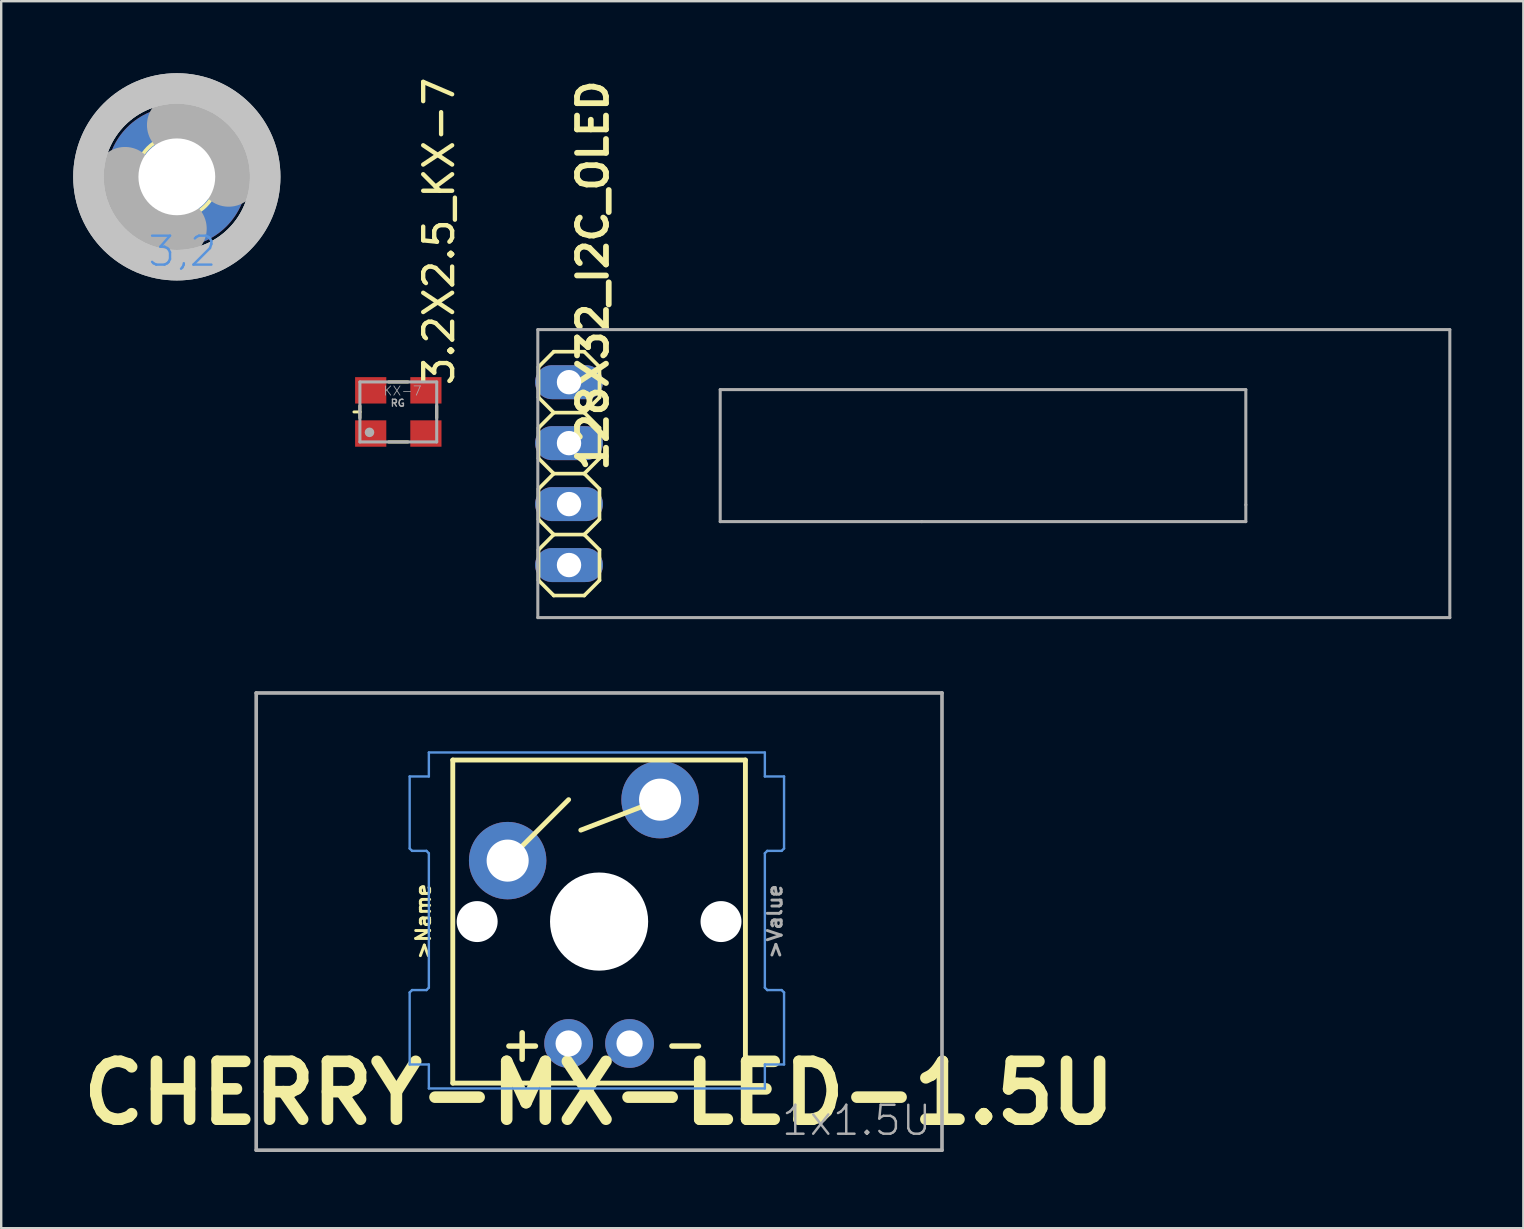
<source format=kicad_pcb>
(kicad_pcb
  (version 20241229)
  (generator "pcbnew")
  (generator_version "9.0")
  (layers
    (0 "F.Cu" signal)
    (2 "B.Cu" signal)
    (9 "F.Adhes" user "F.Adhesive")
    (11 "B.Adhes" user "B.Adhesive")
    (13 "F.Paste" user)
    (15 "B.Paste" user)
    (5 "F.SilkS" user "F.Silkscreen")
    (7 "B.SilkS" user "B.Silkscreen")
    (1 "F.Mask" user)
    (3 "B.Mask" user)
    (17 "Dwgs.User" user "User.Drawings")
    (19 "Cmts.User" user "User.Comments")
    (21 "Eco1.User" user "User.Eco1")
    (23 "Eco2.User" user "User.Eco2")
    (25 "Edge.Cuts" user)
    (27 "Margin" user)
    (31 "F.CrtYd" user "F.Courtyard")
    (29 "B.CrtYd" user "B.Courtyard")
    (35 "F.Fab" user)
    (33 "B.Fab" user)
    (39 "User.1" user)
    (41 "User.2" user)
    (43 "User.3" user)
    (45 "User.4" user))
  (footprint "CHERRY-MX-LED-1.5U"
    (layer "F.Cu")
    (at 7.625 44.874)
    (property "Reference" "CHERRY-MX-LED-1.5U" (at 14.287 -2.381 0) (layer "F.SilkS") (effects (font (size 2.413 2.413) (thickness 0.483))))
    (attr through_hole)
    (fp_line (start 8.191 -16.256) (end 20.384 -16.256) (stroke (width 0.203) (type solid)) (layer "F.SilkS"))
    (fp_line (start 8.191 -2.794) (end 8.191 -16.256) (stroke (width 0.203) (type solid)) (layer "F.SilkS"))
    (fp_line (start 10.477 -12.065) (end 13.018 -14.605) (stroke (width 0.203) (type solid)) (layer "F.SilkS"))
    (fp_line (start 16.828 -14.605) (end 13.525 -13.335) (stroke (width 0.203) (type solid)) (layer "F.SilkS"))
    (fp_line (start 20.384 -16.256) (end 20.384 -2.794) (stroke (width 0.203) (type solid)) (layer "F.SilkS"))
    (fp_line (start 20.384 -2.794) (end 8.191 -2.794) (stroke (width 0.203) (type solid)) (layer "F.SilkS"))
    (fp_line (start 6.394 -15.571) (end 6.394 -12.571) (stroke (width 0.1) (type solid)) (layer "Cmts.User"))
    (fp_line (start 6.394 -12.571) (end 6.494 -12.471) (stroke (width 0.1) (type solid)) (layer "Cmts.User"))
    (fp_line (start 6.394 -6.571) (end 6.394 -3.571) (stroke (width 0.1) (type solid)) (layer "Cmts.User"))
    (fp_line (start 6.394 -3.571) (end 7.194 -3.571) (stroke (width 0.1) (type solid)) (layer "Cmts.User"))
    (fp_line (start 6.494 -12.471) (end 7.094 -12.471) (stroke (width 0.1) (type solid)) (layer "Cmts.User"))
    (fp_line (start 6.494 -6.671) (end 6.394 -6.571) (stroke (width 0.1) (type solid)) (layer "Cmts.User"))
    (fp_line (start 7.094 -12.471) (end 7.194 -12.371) (stroke (width 0.1) (type solid)) (layer "Cmts.User"))
    (fp_line (start 7.094 -6.671) (end 6.494 -6.671) (stroke (width 0.1) (type solid)) (layer "Cmts.User"))
    (fp_line (start 7.194 -16.571) (end 7.194 -15.571) (stroke (width 0.1) (type solid)) (layer "Cmts.User"))
    (fp_line (start 7.194 -15.571) (end 6.394 -15.571) (stroke (width 0.1) (type solid)) (layer "Cmts.User"))
    (fp_line (start 7.194 -12.371) (end 7.194 -6.771) (stroke (width 0.1) (type solid)) (layer "Cmts.User"))
    (fp_line (start 7.194 -6.771) (end 7.094 -6.671) (stroke (width 0.1) (type solid)) (layer "Cmts.User"))
    (fp_line (start 7.194 -3.571) (end 7.194 -2.571) (stroke (width 0.1) (type solid)) (layer "Cmts.User"))
    (fp_line (start 7.194 -2.571) (end 21.194 -2.571) (stroke (width 0.1) (type solid)) (layer "Cmts.User"))
    (fp_line (start 21.194 -16.571) (end 7.194 -16.571) (stroke (width 0.1) (type solid)) (layer "Cmts.User"))
    (fp_line (start 21.194 -15.571) (end 21.194 -16.571) (stroke (width 0.1) (type solid)) (layer "Cmts.User"))
    (fp_line (start 21.194 -12.371) (end 21.294 -12.471) (stroke (width 0.1) (type solid)) (layer "Cmts.User"))
    (fp_line (start 21.194 -6.771) (end 21.194 -12.371) (stroke (width 0.1) (type solid)) (layer "Cmts.User"))
    (fp_line (start 21.194 -3.571) (end 21.994 -3.571) (stroke (width 0.1) (type solid)) (layer "Cmts.User"))
    (fp_line (start 21.194 -2.571) (end 21.194 -3.571) (stroke (width 0.1) (type solid)) (layer "Cmts.User"))
    (fp_line (start 21.294 -12.471) (end 21.894 -12.471) (stroke (width 0.1) (type solid)) (layer "Cmts.User"))
    (fp_line (start 21.294 -6.671) (end 21.194 -6.771) (stroke (width 0.1) (type solid)) (layer "Cmts.User"))
    (fp_line (start 21.894 -12.471) (end 21.994 -12.571) (stroke (width 0.1) (type solid)) (layer "Cmts.User"))
    (fp_line (start 21.894 -6.671) (end 21.294 -6.671) (stroke (width 0.1) (type solid)) (layer "Cmts.User"))
    (fp_line (start 21.994 -15.571) (end 21.194 -15.571) (stroke (width 0.1) (type solid)) (layer "Cmts.User"))
    (fp_line (start 21.994 -12.571) (end 21.994 -15.571) (stroke (width 0.1) (type solid)) (layer "Cmts.User"))
    (fp_line (start 21.994 -6.571) (end 21.894 -6.671) (stroke (width 0.1) (type solid)) (layer "Cmts.User"))
    (fp_line (start 21.994 -3.571) (end 21.994 -6.571) (stroke (width 0.1) (type solid)) (layer "Cmts.User"))
    (fp_line (start 0 -19.05) (end 28.575 -19.05) (stroke (width 0.152) (type solid)) (layer "F.Fab"))
    (fp_line (start 0 0) (end 0 -19.05) (stroke (width 0.152) (type solid)) (layer "F.Fab"))
    (fp_line (start 28.575 -19.05) (end 28.575 0) (stroke (width 0.152) (type solid)) (layer "F.Fab"))
    (fp_line (start 28.575 0) (end 0 0) (stroke (width 0.152) (type solid)) (layer "F.Fab"))
    (fp_text user "+" (at 12.129 -4.445 0) (layer "F.SilkS") (effects (font (size 1.448 1.448) (thickness 0.229)) (justify right)))
    (fp_text user ">Name" (at 7.303 -9.525 90) (layer "F.SilkS") (effects (font (size 0.579 0.579) (thickness 0.122)) (justify bottom)))
    (fp_text user "-" (at 16.828 -4.445 0) (layer "F.SilkS") (effects (font (size 1.448 1.448) (thickness 0.229)) (justify left)))
    (fp_text user "1x1.5U" (at 21.819 -0.533 0) (layer "F.Fab") (effects (font (size 1.206 1.206) (thickness 0.102)) (justify left bottom)))
    (fp_text user ">Value" (at 21.273 -9.525 90) (layer "F.Fab") (effects (font (size 0.579 0.579) (thickness 0.122)) (justify top)))
    (pad "" np_thru_hole circle (at 9.207 -9.525) (size 1.707 1.707) (drill 1.707) (layers "*.Cu" "*.Mask"))
    (pad "" np_thru_hole circle (at 14.287 -9.525) (size 4.089 4.089) (drill 4.089) (layers "*.Cu" "*.Mask"))
    (pad "" np_thru_hole circle (at 19.367 -9.525) (size 1.707 1.707) (drill 1.707) (layers "*.Cu" "*.Mask"))
    (pad "A" thru_hole circle (at 13.018 -4.445) (size 2.032 2.032) (drill 1.092) (layers "*.Cu" "*.Mask"))
    (pad "K" thru_hole circle (at 15.557 -4.445) (size 2.032 2.032) (drill 1.092) (layers "*.Cu" "*.Mask"))
    (pad "S1" thru_hole circle (at 10.477 -12.065) (size 3.226 3.226) (drill 1.753) (layers "*.Cu" "*.Mask"))
    (pad "S2" thru_hole circle (at 16.828 -14.605) (size 3.226 3.226) (drill 1.753) (layers "*.Cu" "*.Mask")))
  (footprint "128X32_I2C_OLED"
    (layer "F.Cu")
    (at 20.659 16.684)
    (property "Reference" "128X32_I2C_OLED" (at 1.7 0 90) (layer "F.SilkS") (effects (font (size 1.206 1.206) (thickness 0.241)) (justify left bottom)))
    (attr through_hole)
    (fp_line (start -1.27 -4.445) (end -0.635 -5.08) (stroke (width 0.152) (type solid)) (layer "F.SilkS"))
    (fp_line (start -1.27 -3.175) (end -1.27 -4.445) (stroke (width 0.152) (type solid)) (layer "F.SilkS"))
    (fp_line (start -1.27 -3.175) (end -0.635 -2.54) (stroke (width 0.152) (type solid)) (layer "F.SilkS"))
    (fp_line (start -1.27 -1.905) (end -0.635 -2.54) (stroke (width 0.152) (type solid)) (layer "F.SilkS"))
    (fp_line (start -1.27 -0.635) (end -1.27 -1.905) (stroke (width 0.152) (type solid)) (layer "F.SilkS"))
    (fp_line (start -1.27 0.635) (end -0.635 0) (stroke (width 0.152) (type solid)) (layer "F.SilkS"))
    (fp_line (start -1.27 1.905) (end -1.27 0.635) (stroke (width 0.152) (type solid)) (layer "F.SilkS"))
    (fp_line (start -1.27 3.175) (end -0.635 2.54) (stroke (width 0.152) (type solid)) (layer "F.SilkS"))
    (fp_line (start -1.27 4.445) (end -1.27 3.175) (stroke (width 0.152) (type solid)) (layer "F.SilkS"))
    (fp_line (start -1.27 4.445) (end -0.635 5.08) (stroke (width 0.152) (type solid)) (layer "F.SilkS"))
    (fp_line (start -0.635 -5.08) (end 0.635 -5.08) (stroke (width 0.152) (type solid)) (layer "F.SilkS"))
    (fp_line (start -0.635 -2.54) (end 0.635 -2.54) (stroke (width 0.152) (type solid)) (layer "F.SilkS"))
    (fp_line (start -0.635 0) (end -1.27 -0.635) (stroke (width 0.152) (type solid)) (layer "F.SilkS"))
    (fp_line (start -0.635 0) (end 0.635 0) (stroke (width 0.152) (type solid)) (layer "F.SilkS"))
    (fp_line (start -0.635 2.54) (end -1.27 1.905) (stroke (width 0.152) (type solid)) (layer "F.SilkS"))
    (fp_line (start -0.635 2.54) (end 0.635 2.54) (stroke (width 0.152) (type solid)) (layer "F.SilkS"))
    (fp_line (start -0.635 5.08) (end 0.635 5.08) (stroke (width 0.152) (type solid)) (layer "F.SilkS"))
    (fp_line (start 0.635 -5.08) (end 1.27 -4.445) (stroke (width 0.152) (type solid)) (layer "F.SilkS"))
    (fp_line (start 0.635 -2.54) (end 1.27 -3.175) (stroke (width 0.152) (type solid)) (layer "F.SilkS"))
    (fp_line (start 0.635 -2.54) (end 1.27 -1.905) (stroke (width 0.152) (type solid)) (layer "F.SilkS"))
    (fp_line (start 0.635 0) (end 1.27 0.635) (stroke (width 0.152) (type solid)) (layer "F.SilkS"))
    (fp_line (start 0.635 2.54) (end 1.27 3.175) (stroke (width 0.152) (type solid)) (layer "F.SilkS"))
    (fp_line (start 0.635 5.08) (end 1.27 4.445) (stroke (width 0.152) (type solid)) (layer "F.SilkS"))
    (fp_line (start 1.27 -4.445) (end 1.27 -3.175) (stroke (width 0.152) (type solid)) (layer "F.SilkS"))
    (fp_line (start 1.27 -1.905) (end 1.27 -0.635) (stroke (width 0.152) (type solid)) (layer "F.SilkS"))
    (fp_line (start 1.27 -0.635) (end 0.635 0) (stroke (width 0.152) (type solid)) (layer "F.SilkS"))
    (fp_line (start 1.27 0.635) (end 1.27 1.905) (stroke (width 0.152) (type solid)) (layer "F.SilkS"))
    (fp_line (start 1.27 1.905) (end 0.635 2.54) (stroke (width 0.152) (type solid)) (layer "F.SilkS"))
    (fp_line (start 1.27 3.175) (end 1.27 4.445) (stroke (width 0.152) (type solid)) (layer "F.SilkS"))
    (fp_line (start -1.3 -6) (end 36.7 -6) (stroke (width 0.127) (type solid)) (layer "F.Fab"))
    (fp_line (start -1.3 6) (end -1.3 -6) (stroke (width 0.127) (type solid)) (layer "F.Fab"))
    (fp_line (start 6.3 -3.5) (end 6.3 2) (stroke (width 0.127) (type solid)) (layer "F.Fab"))
    (fp_line (start 6.3 2) (end 14.7 2) (stroke (width 0.127) (type solid)) (layer "F.Fab"))
    (fp_line (start 14.7 2) (end 28.2 2) (stroke (width 0.127) (type solid)) (layer "F.Fab"))
    (fp_line (start 28.2 -3.5) (end 6.3 -3.5) (stroke (width 0.127) (type solid)) (layer "F.Fab"))
    (fp_line (start 28.2 1.3) (end 28.2 -3.5) (stroke (width 0.127) (type solid)) (layer "F.Fab"))
    (fp_line (start 28.2 2) (end 28.2 1.3) (stroke (width 0.127) (type solid)) (layer "F.Fab"))
    (fp_line (start 36.7 -6) (end 36.7 6) (stroke (width 0.127) (type solid)) (layer "F.Fab"))
    (fp_line (start 36.7 6) (end -1.3 6) (stroke (width 0.127) (type solid)) (layer "F.Fab"))
    (fp_poly (pts (xy 0.254 -3.556) (xy 0.254 -4.064) (xy -0.254 -4.064) (xy -0.254 -3.556)) (stroke (width 0.1) (type solid)) (fill no) (layer "F.Fab"))
    (fp_poly (pts (xy 0.254 -1.016) (xy 0.254 -1.524) (xy -0.254 -1.524) (xy -0.254 -1.016)) (stroke (width 0.1) (type solid)) (fill no) (layer "F.Fab"))
    (fp_poly (pts (xy 0.254 1.524) (xy 0.254 1.016) (xy -0.254 1.016) (xy -0.254 1.524)) (stroke (width 0.1) (type solid)) (fill no) (layer "F.Fab"))
    (fp_poly (pts (xy 0.254 4.064) (xy 0.254 3.556) (xy -0.254 3.556) (xy -0.254 4.064)) (stroke (width 0.1) (type solid)) (fill no) (layer "F.Fab"))
    (pad "1" thru_hole oval (at 0 3.81 180) (size 2.832 1.416) (drill 1.016) (layers "*.Cu" "*.Mask"))
    (pad "2" thru_hole oval (at 0 1.27 180) (size 2.832 1.416) (drill 1.016) (layers "*.Cu" "*.Mask"))
    (pad "3" thru_hole oval (at 0 -1.27 180) (size 2.832 1.416) (drill 1.016) (layers "*.Cu" "*.Mask"))
    (pad "4" thru_hole oval (at 0 -3.81 180) (size 2.832 1.416) (drill 1.016) (layers "*.Cu" "*.Mask")))
  (footprint "3.2X2.5_KX-7"
    (layer "F.Cu")
    (at 13.546 14.114)
    (property "Reference" "3.2X2.5_KX-7" (at 2.4 -1 270) (layer "F.SilkS") (effects (font (size 1.206 1.206) (thickness 0.181)) (justify left bottom)))
    (attr through_hole)
    (fp_line (start -1.85 0) (end -1.6 0) (stroke (width 0.12) (type solid)) (layer "F.SilkS"))
    (fp_line (start -1.6 0) (end -1.6 -0.25) (stroke (width 0.127) (type solid)) (layer "F.SilkS"))
    (fp_line (start -1.6 0) (end -1.6 0.25) (stroke (width 0.127) (type solid)) (layer "F.SilkS"))
    (fp_line (start -0.4 -1.25) (end 0.4 -1.25) (stroke (width 0.127) (type solid)) (layer "F.SilkS"))
    (fp_line (start -0.4 1.25) (end 0.4 1.25) (stroke (width 0.127) (type solid)) (layer "F.SilkS"))
    (fp_line (start 1.6 -0.25) (end 1.6 0.25) (stroke (width 0.127) (type solid)) (layer "F.SilkS"))
    (fp_line (start -1.6 -1.25) (end 1.6 -1.25) (stroke (width 0.127) (type solid)) (layer "F.Fab"))
    (fp_line (start -1.6 1.25) (end -1.6 -1.25) (stroke (width 0.127) (type solid)) (layer "F.Fab"))
    (fp_line (start 1.6 -1.25) (end 1.6 1.25) (stroke (width 0.127) (type solid)) (layer "F.Fab"))
    (fp_line (start 1.6 1.25) (end -1.6 1.25) (stroke (width 0.127) (type solid)) (layer "F.Fab"))
    (fp_circle (center -1.2 0.85) (end -1.1 0.85) (stroke (width 0.2) (type solid)) (fill no) (layer "F.Fab"))
    (fp_text user "KX-7" (at -0.65 -0.65 0) (layer "F.Fab") (effects (font (size 0.386 0.386) (thickness 0.033)) (justify left bottom)))
    (fp_text user "RG" (at -0.35 -0.2 0) (layer "F.Fab") (effects (font (size 0.29 0.29) (thickness 0.058)) (justify left bottom)))
    (pad "1" smd rect (at -1.15 0.9) (size 1.3 1.1) (layers "F.Cu" "F.Mask" "F.Paste"))
    (pad "2" smd rect (at 1.15 0.9) (size 1.3 1.1) (layers "F.Cu" "F.Mask" "F.Paste"))
    (pad "3" smd rect (at 1.15 -0.9) (size 1.3 1.1) (layers "F.Cu" "F.Mask" "F.Paste"))
    (pad "4" smd rect (at -1.15 -0.9) (size 1.3 1.1) (layers "F.Cu" "F.Mask" "F.Paste")))
  (footprint "3,2-PAD"
    (layer "F.Cu")
    (at 4.318 4.318)
    (property "Reference" "3,2-PAD" (at 0 0 0) (layer "F.SilkS") (effects (font (size 1.27 1.27) (thickness 0.15))))
    (attr through_hole)
    (fp_circle (center 0 0) (end 1.7 0) (stroke (width 0.152) (type solid)) (fill no) (layer "F.SilkS"))
    (fp_circle (center 0 0) (end 3.429 0) (stroke (width 0.152) (type solid)) (fill no) (layer "F.SilkS"))
    (fp_circle (center 0 0) (end 3.556 0) (stroke (width 1.016) (type solid)) (fill no) (layer "Dwgs.User"))
    (fp_circle (center 0 0) (end 3.683 0) (stroke (width 1.27) (type solid)) (fill no) (layer "Dwgs.User"))
    (fp_circle (center 0 0) (end 3.683 0) (stroke (width 1.27) (type solid)) (fill no) (layer "Dwgs.User"))
    (fp_arc (start 0 -2.159) (mid 1.526644 -1.526644) (end 2.159 0) (stroke (width 2.4892) (type solid)) (layer "F.Fab"))
    (fp_arc (start 0 2.159) (mid -1.526644 1.526644) (end -2.159 0) (stroke (width 2.4892) (type solid)) (layer "F.Fab"))
    (fp_circle (center 0 0) (end 0.762 0) (stroke (width 0.457) (type solid)) (fill no) (layer "F.Fab"))
    (fp_text user "3,2" (at -1.27 3.81 0) (layer "Cmts.User") (effects (font (size 1.206 1.206) (thickness 0.102)) (justify left bottom)))
    (pad "B3,2" thru_hole circle (at 0 0) (size 5.842 5.842) (drill 3.2) (layers "*.Cu" "*.Mask")))
  (gr_rect
    (start -3 -3)
    (end 60.423 48.124)
    (stroke (width 0.1) (type default))
    (fill no)
    (layer "Edge.Cuts")))
</source>
